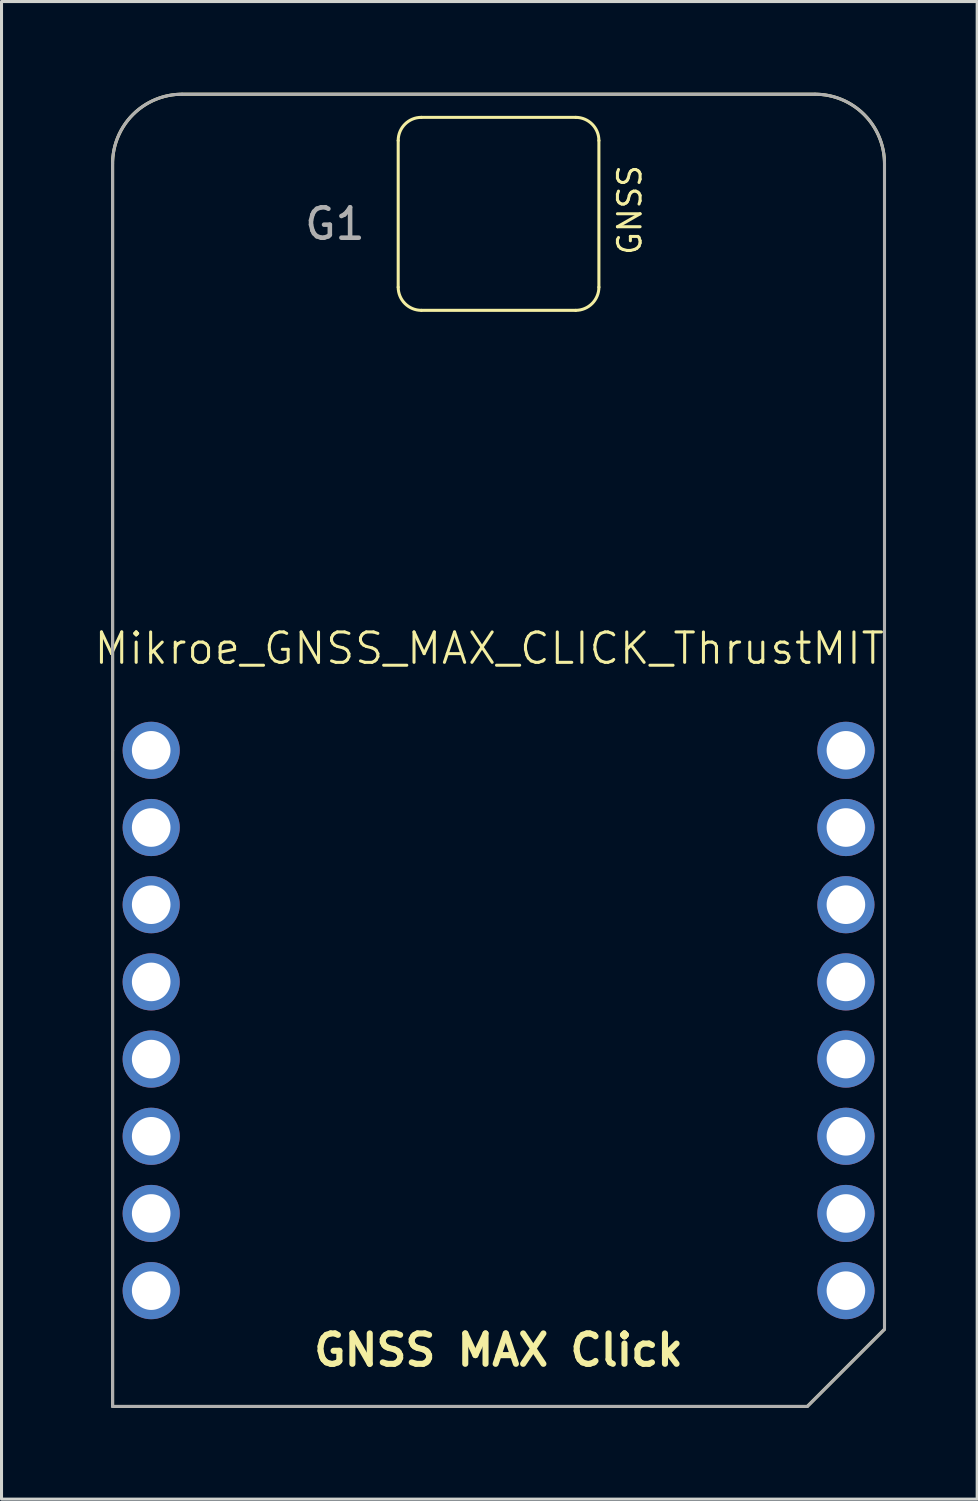
<source format=kicad_pcb>
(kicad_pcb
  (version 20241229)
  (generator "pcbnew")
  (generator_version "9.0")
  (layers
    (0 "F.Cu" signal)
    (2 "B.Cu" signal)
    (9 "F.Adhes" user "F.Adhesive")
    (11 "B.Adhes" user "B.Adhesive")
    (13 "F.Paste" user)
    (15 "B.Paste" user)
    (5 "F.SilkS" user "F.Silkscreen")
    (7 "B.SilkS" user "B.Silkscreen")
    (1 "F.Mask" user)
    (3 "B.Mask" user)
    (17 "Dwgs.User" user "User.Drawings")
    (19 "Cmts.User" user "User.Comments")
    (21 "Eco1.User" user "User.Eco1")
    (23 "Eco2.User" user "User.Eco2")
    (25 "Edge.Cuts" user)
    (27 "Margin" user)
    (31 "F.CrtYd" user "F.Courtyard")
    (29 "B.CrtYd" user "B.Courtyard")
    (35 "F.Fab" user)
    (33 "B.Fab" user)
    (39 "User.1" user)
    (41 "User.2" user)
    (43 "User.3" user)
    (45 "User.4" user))
  (footprint "Mikroe_GNSS_MAX_CLICK_ThrustMIT"
    (layer "F.Cu")
    (at 13.355 21.64)
    (property "Reference" "Mikroe_GNSS_MAX_CLICK_ThrustMIT" (at -0.305 -3.353 0) (unlocked yes) (layer "F.SilkS") (effects (font (size 1 1) (thickness 0.1))))
    (attr through_hole)
    (fp_line (start -3.302 -20.066) (end -3.302 -15.24) (stroke (width 0.1) (type default)) (layer "F.SilkS"))
    (fp_line (start -2.54 -20.828) (end 2.54 -20.828) (stroke (width 0.1) (type default)) (layer "F.SilkS"))
    (fp_line (start 2.54 -14.478) (end -2.54 -14.478) (stroke (width 0.1) (type default)) (layer "F.SilkS"))
    (fp_line (start 3.302 -20.066) (end 3.302 -15.24) (stroke (width 0.1) (type default)) (layer "F.SilkS"))
    (fp_arc (start -3.302 -20.066) (mid -3.078815 -20.604815) (end -2.54 -20.828) (stroke (width 0.1) (type default)) (layer "F.SilkS"))
    (fp_arc (start -2.54 -14.478) (mid -3.078815 -14.701185) (end -3.302 -15.24) (stroke (width 0.1) (type default)) (layer "F.SilkS"))
    (fp_arc (start 2.54 -20.828) (mid 3.078815 -20.604815) (end 3.302 -20.066) (stroke (width 0.1) (type default)) (layer "F.SilkS"))
    (fp_arc (start 3.302 -15.24) (mid 3.078815 -14.701185) (end 2.54 -14.478) (stroke (width 0.1) (type default)) (layer "F.SilkS"))
    (fp_poly (pts (xy 12.7 19.05) (xy 10.16 21.59) (xy -12.7 21.59) (xy -12.7 0) (arc (start -12.7 -19.304) (mid -12.030446 -20.920446) (end -10.414 -21.59)) (arc (start 10.414 -21.59) (mid 12.030446 -20.920446) (end 12.7 -19.304)) (xy 12.7 0)) (stroke (width 0.1) (type solid)) (fill no) (layer "F.SilkS"))
    (fp_line (start -12.7 0) (end -12.7 -19.304) (stroke (width 0.1) (type default)) (layer "F.Fab"))
    (fp_line (start -12.7 0) (end -12.7 21.59) (stroke (width 0.1) (type default)) (layer "F.Fab"))
    (fp_line (start -12.7 21.59) (end 10.16 21.59) (stroke (width 0.1) (type default)) (layer "F.Fab"))
    (fp_line (start -10.414 -21.59) (end 10.414 -21.59) (stroke (width 0.1) (type default)) (layer "F.Fab"))
    (fp_line (start 10.16 21.59) (end 12.7 19.05) (stroke (width 0.1) (type default)) (layer "F.Fab"))
    (fp_line (start 12.7 -19.304) (end 12.7 0) (stroke (width 0.1) (type default)) (layer "F.Fab"))
    (fp_line (start 12.7 19.05) (end 12.7 0) (stroke (width 0.1) (type default)) (layer "F.Fab"))
    (fp_arc (start -12.7 -19.304) (mid -12.030446 -20.920446) (end -10.414 -21.59) (stroke (width 0.1) (type default)) (layer "F.Fab"))
    (fp_arc (start 10.414 -21.59) (mid 12.030446 -20.920446) (end 12.7 -19.304) (stroke (width 0.1) (type default)) (layer "F.Fab"))
    (fp_text user "GNSS MAX Click" (at 0 20.32 0) (unlocked yes) (layer "F.SilkS") (effects (font (size 1 1) (thickness 0.2) (bold yes)) (justify bottom)))
    (fp_text user "GNSS" (at 4.318 -17.78 90) (unlocked yes) (layer "F.SilkS") (effects (font (size 0.746 0.746) (thickness 0.1))))
    (fp_text user "G1" (at -5.385 -17.323 0) (unlocked yes) (layer "F.Fab") (effects (font (size 1 1) (thickness 0.15))))
    (pad "1" thru_hole circle (at -11.43 17.78) (size 1.88 1.88) (drill 1.27) (layers "*.Cu" "*.Mask"))
    (pad "2" thru_hole circle (at -11.43 15.24) (size 1.88 1.88) (drill 1.27) (layers "*.Cu" "*.Mask"))
    (pad "3" thru_hole circle (at -11.43 12.7) (size 1.88 1.88) (drill 1.27) (layers "*.Cu" "*.Mask"))
    (pad "4" thru_hole circle (at -11.43 10.16) (size 1.88 1.88) (drill 1.27) (layers "*.Cu" "*.Mask"))
    (pad "5" thru_hole circle (at -11.43 7.62) (size 1.88 1.88) (drill 1.27) (layers "*.Cu" "*.Mask"))
    (pad "6" thru_hole circle (at -11.43 5.08) (size 1.88 1.88) (drill 1.27) (layers "*.Cu" "*.Mask"))
    (pad "7" thru_hole circle (at -11.43 2.54) (size 1.88 1.88) (drill 1.27) (layers "*.Cu" "*.Mask"))
    (pad "8" thru_hole circle (at -11.43 0) (size 1.88 1.88) (drill 1.27) (layers "*.Cu" "*.Mask"))
    (pad "9" thru_hole circle (at 11.43 17.78) (size 1.88 1.88) (drill 1.27) (layers "*.Cu" "*.Mask"))
    (pad "10" thru_hole circle (at 11.43 15.24) (size 1.88 1.88) (drill 1.27) (layers "*.Cu" "*.Mask"))
    (pad "11" thru_hole circle (at 11.43 12.7) (size 1.88 1.88) (drill 1.27) (layers "*.Cu" "*.Mask"))
    (pad "12" thru_hole circle (at 11.43 10.16) (size 1.88 1.88) (drill 1.27) (layers "*.Cu" "*.Mask"))
    (pad "13" thru_hole circle (at 11.43 7.62) (size 1.88 1.88) (drill 1.27) (layers "*.Cu" "*.Mask"))
    (pad "14" thru_hole circle (at 11.43 5.08) (size 1.88 1.88) (drill 1.27) (layers "*.Cu" "*.Mask"))
    (pad "15" thru_hole circle (at 11.43 2.54) (size 1.88 1.88) (drill 1.27) (layers "*.Cu" "*.Mask"))
    (pad "16" thru_hole circle (at 11.43 0) (size 1.88 1.88) (drill 1.27) (layers "*.Cu" "*.Mask")))
  (gr_rect
    (start -3 -3)
    (end 29.105 46.28)
    (stroke (width 0.1) (type default))
    (fill no)
    (layer "Edge.Cuts")))
</source>
